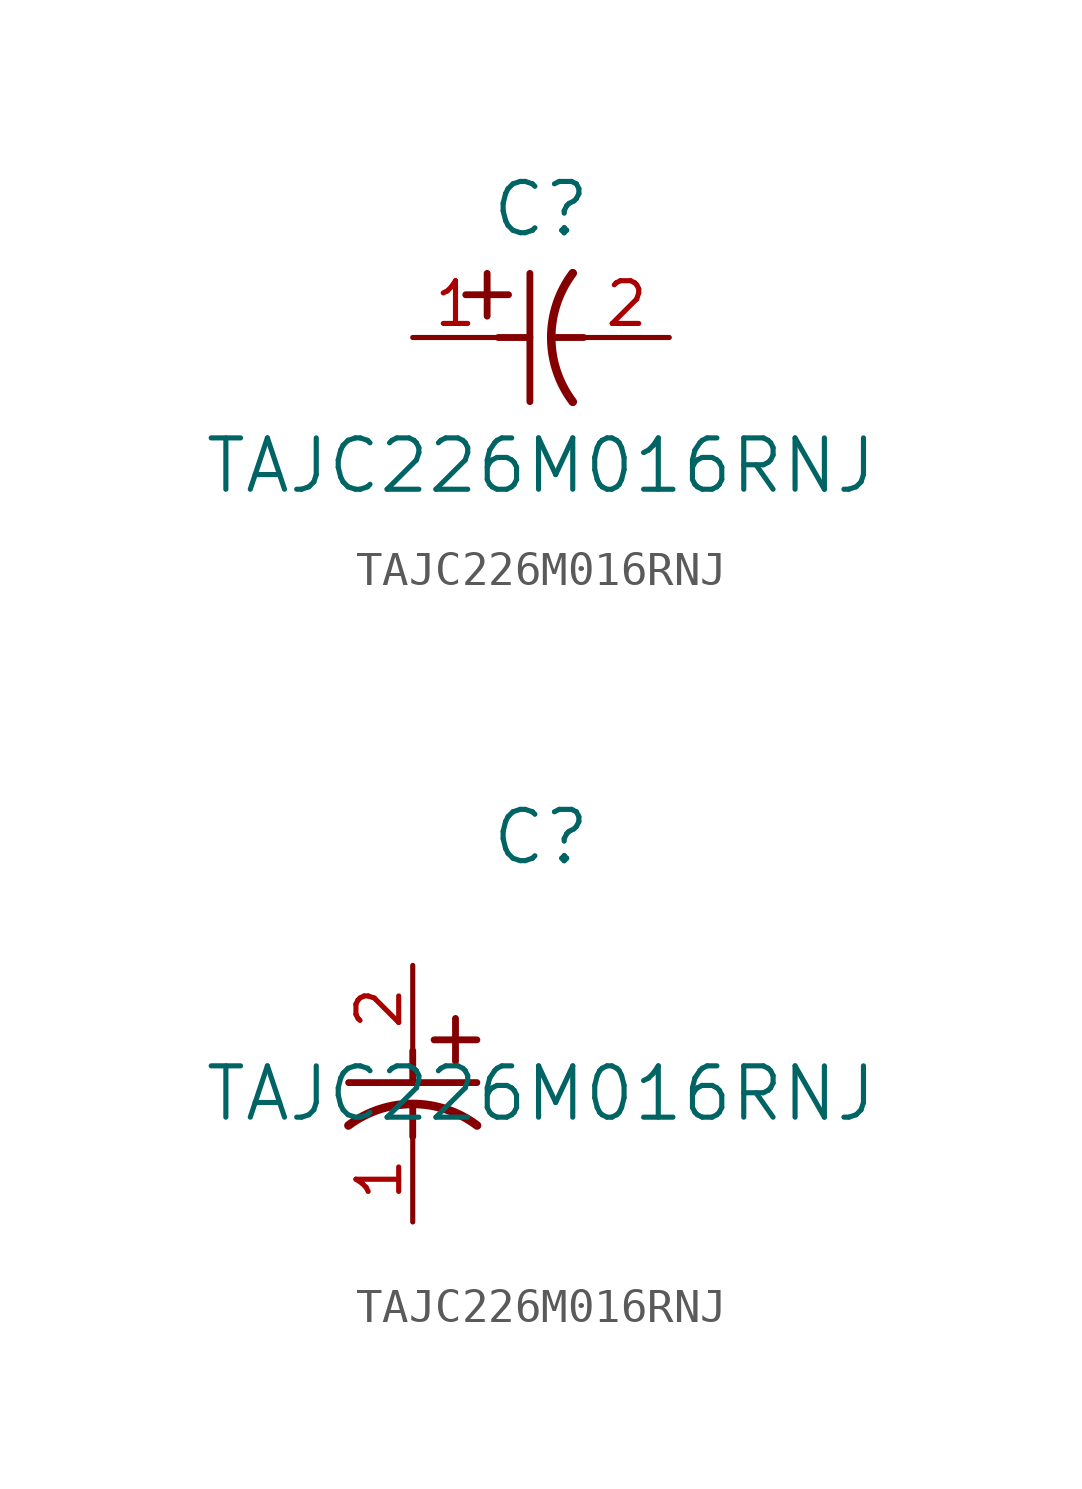
<source format=kicad_sym>
(kicad_symbol_lib
  (version 20211014)
  (generator kicad_symbol_editor)
  (symbol "TAJC226M016RNJ"
    (pin_names
      (offset 0.254))
    (property "Reference" "C"
      (at 3.81 3.81 0)
      (effects (font (size 1.524 1.524))))
    (property "Value" "TAJC226M016RNJ"
      (at 3.81 -3.81 0)
      (effects (font (size 1.524 1.524))))
    (symbol "TAJC226M016RNJ_1_1"
      (polyline (pts (xy 2.21 0.635) (xy 2.21 1.905)) (stroke (width 0.203) (type default) (color 0 0 0 0)) (fill (type none)))
      (arc (start 4.754132 1.910763) (mid 4.1148 0) (end 4.754132 -1.910763) (stroke (width 0.254) (type default) (color 0 0 0 0)) (fill (type none)))
      (polyline (pts (xy 4.115 0) (xy 5.08 0)) (stroke (width 0.203) (type default) (color 0 0 0 0)) (fill (type none)))
      (polyline (pts (xy 3.48 -1.905) (xy 3.48 1.905)) (stroke (width 0.203) (type default) (color 0 0 0 0)) (fill (type none)))
      (polyline (pts (xy 1.575 1.27) (xy 2.845 1.27)) (stroke (width 0.203) (type default) (color 0 0 0 0)) (fill (type none)))
      (polyline (pts (xy 2.54 0) (xy 3.48 0)) (stroke (width 0.203) (type default) (color 0 0 0 0)) (fill (type none)))
      (pin unspecified line (at 0 0 0) (length 2.54) (name "" (effects (font (size 1.27 1.27)))) (number "1" (effects (font (size 1.27 1.27)))))
      (pin unspecified line (at 7.62 0 180) (length 2.54) (name "" (effects (font (size 1.27 1.27)))) (number "2" (effects (font (size 1.27 1.27))))))
    (symbol "TAJC226M016RNJ_1_2"
      (polyline (pts (xy 0 -2.54) (xy 0 -3.48)) (stroke (width 0.203) (type default) (color 0 0 0 0)) (fill (type none)))
      (arc (start 1.910763 -4.754132) (mid 0 -4.1148) (end -1.910763 -4.754132) (stroke (width 0.254) (type default) (color 0 0 0 0)) (fill (type none)))
      (polyline (pts (xy -1.905 -3.48) (xy 1.905 -3.48)) (stroke (width 0.203) (type default) (color 0 0 0 0)) (fill (type none)))
      (polyline (pts (xy 0.635 -2.21) (xy 1.905 -2.21)) (stroke (width 0.203) (type default) (color 0 0 0 0)) (fill (type none)))
      (polyline (pts (xy 1.27 -1.575) (xy 1.27 -2.845)) (stroke (width 0.203) (type default) (color 0 0 0 0)) (fill (type none)))
      (polyline (pts (xy 0 -4.115) (xy 0 -5.08)) (stroke (width 0.203) (type default) (color 0 0 0 0)) (fill (type none)))
      (pin unspecified line (at 0 -7.62 90) (length 2.54) (name "" (effects (font (size 1.27 1.27)))) (number "1" (effects (font (size 1.27 1.27)))))
      (pin unspecified line (at 0 0 270) (length 2.54) (name "" (effects (font (size 1.27 1.27)))) (number "2" (effects (font (size 1.27 1.27))))))))
</source>
